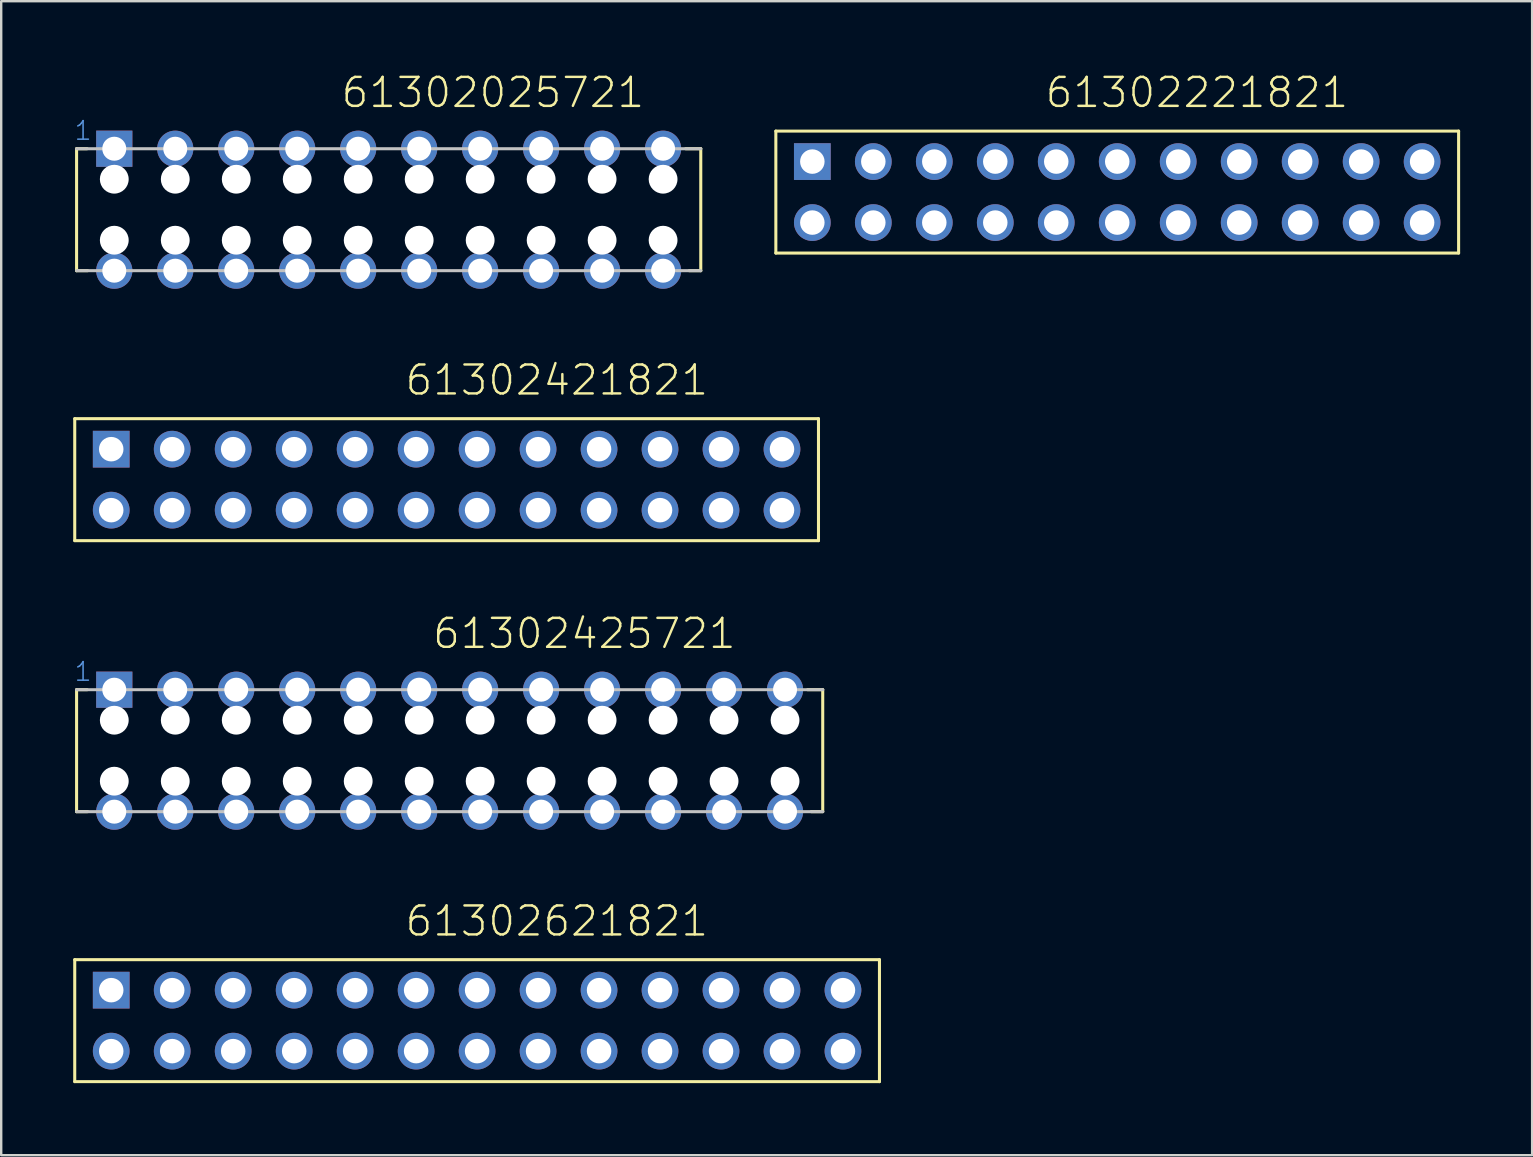
<source format=kicad_pcb>
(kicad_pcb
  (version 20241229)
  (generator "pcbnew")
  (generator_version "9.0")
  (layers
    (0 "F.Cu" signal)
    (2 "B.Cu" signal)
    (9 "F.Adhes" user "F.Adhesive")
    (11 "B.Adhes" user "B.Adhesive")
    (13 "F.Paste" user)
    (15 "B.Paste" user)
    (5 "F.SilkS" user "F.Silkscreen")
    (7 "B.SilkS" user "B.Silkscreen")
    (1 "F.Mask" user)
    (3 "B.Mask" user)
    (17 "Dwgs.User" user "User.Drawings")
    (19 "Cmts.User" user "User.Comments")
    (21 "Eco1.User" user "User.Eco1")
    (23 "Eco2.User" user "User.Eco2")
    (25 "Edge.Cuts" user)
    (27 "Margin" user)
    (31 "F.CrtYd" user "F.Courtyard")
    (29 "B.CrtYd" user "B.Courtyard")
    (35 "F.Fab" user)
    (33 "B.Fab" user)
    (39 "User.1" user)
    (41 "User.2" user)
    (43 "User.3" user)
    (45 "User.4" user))
  (footprint "61302221821"
    (layer "F.Cu")
    (at 43.487 4.951)
    (property "Reference" "61302221821" (at -3.063 -3.44 0) (layer "F.SilkS") (effects (font (size 1.206 1.206) (thickness 0.102)) (justify left bottom)))
    (attr through_hole)
    (fp_line (start -14.22 -2.54) (end -14.22 2.54) (stroke (width 0.127) (type solid)) (layer "F.SilkS"))
    (fp_line (start -14.22 2.54) (end 14.22 2.54) (stroke (width 0.127) (type solid)) (layer "F.SilkS"))
    (fp_line (start 14.22 -2.54) (end -14.22 -2.54) (stroke (width 0.127) (type solid)) (layer "F.SilkS"))
    (fp_line (start 14.22 2.54) (end 14.22 -2.54) (stroke (width 0.127) (type solid)) (layer "F.SilkS"))
    (fp_text user "1" (at -12.93 -1 0) (layer "Cmts.User") (effects (font (size 0.579 0.579) (thickness 0.049)) (justify left bottom)))
    (pad "1" thru_hole rect (at -12.7 -1.27) (size 1.53 1.53) (drill 1.02) (layers "*.Cu" "*.Mask"))
    (pad "2" thru_hole circle (at -10.16 -1.27) (size 1.53 1.53) (drill 1.02) (layers "*.Cu" "*.Mask"))
    (pad "3" thru_hole circle (at -7.62 -1.27) (size 1.53 1.53) (drill 1.02) (layers "*.Cu" "*.Mask"))
    (pad "4" thru_hole circle (at -5.08 -1.27) (size 1.53 1.53) (drill 1.02) (layers "*.Cu" "*.Mask"))
    (pad "5" thru_hole circle (at -2.54 -1.27) (size 1.53 1.53) (drill 1.02) (layers "*.Cu" "*.Mask"))
    (pad "6" thru_hole circle (at 0 -1.27) (size 1.53 1.53) (drill 1.02) (layers "*.Cu" "*.Mask"))
    (pad "7" thru_hole circle (at 2.54 -1.27) (size 1.53 1.53) (drill 1.02) (layers "*.Cu" "*.Mask"))
    (pad "8" thru_hole circle (at 5.08 -1.27) (size 1.53 1.53) (drill 1.02) (layers "*.Cu" "*.Mask"))
    (pad "9" thru_hole circle (at 7.62 -1.27) (size 1.53 1.53) (drill 1.02) (layers "*.Cu" "*.Mask"))
    (pad "10" thru_hole circle (at 10.16 -1.27) (size 1.53 1.53) (drill 1.02) (layers "*.Cu" "*.Mask"))
    (pad "11" thru_hole circle (at 12.7 -1.27) (size 1.53 1.53) (drill 1.02) (layers "*.Cu" "*.Mask"))
    (pad "12" thru_hole circle (at 12.7 1.27) (size 1.53 1.53) (drill 1.02) (layers "*.Cu" "*.Mask"))
    (pad "13" thru_hole circle (at 10.16 1.27) (size 1.53 1.53) (drill 1.02) (layers "*.Cu" "*.Mask"))
    (pad "14" thru_hole circle (at 7.62 1.27) (size 1.53 1.53) (drill 1.02) (layers "*.Cu" "*.Mask"))
    (pad "15" thru_hole circle (at 5.08 1.27) (size 1.53 1.53) (drill 1.02) (layers "*.Cu" "*.Mask"))
    (pad "16" thru_hole circle (at 2.54 1.27) (size 1.53 1.53) (drill 1.02) (layers "*.Cu" "*.Mask"))
    (pad "17" thru_hole circle (at 0 1.27) (size 1.53 1.53) (drill 1.02) (layers "*.Cu" "*.Mask"))
    (pad "18" thru_hole circle (at -2.54 1.27) (size 1.53 1.53) (drill 1.02) (layers "*.Cu" "*.Mask"))
    (pad "19" thru_hole circle (at -5.08 1.27) (size 1.53 1.53) (drill 1.02) (layers "*.Cu" "*.Mask"))
    (pad "20" thru_hole circle (at -7.62 1.27) (size 1.53 1.53) (drill 1.02) (layers "*.Cu" "*.Mask"))
    (pad "21" thru_hole circle (at -10.16 1.27) (size 1.53 1.53) (drill 1.02) (layers "*.Cu" "*.Mask"))
    (pad "22" thru_hole circle (at -12.7 1.27) (size 1.53 1.53) (drill 1.02) (layers "*.Cu" "*.Mask")))
  (footprint "61302421821"
    (layer "F.Cu")
    (at 15.553 16.93)
    (property "Reference" "61302421821" (at -1.793 -3.44 0) (layer "F.SilkS") (effects (font (size 1.206 1.206) (thickness 0.102)) (justify left bottom)))
    (attr through_hole)
    (fp_line (start -15.49 -2.54) (end -15.49 2.54) (stroke (width 0.127) (type solid)) (layer "F.SilkS"))
    (fp_line (start -15.49 2.54) (end 15.49 2.54) (stroke (width 0.127) (type solid)) (layer "F.SilkS"))
    (fp_line (start 15.49 -2.54) (end -15.49 -2.54) (stroke (width 0.127) (type solid)) (layer "F.SilkS"))
    (fp_line (start 15.49 2.54) (end 15.49 -2.54) (stroke (width 0.127) (type solid)) (layer "F.SilkS"))
    (fp_text user "1" (at -14.2 -1 0) (layer "Cmts.User") (effects (font (size 0.579 0.579) (thickness 0.049)) (justify left bottom)))
    (pad "1" thru_hole rect (at -13.97 -1.27) (size 1.53 1.53) (drill 1.02) (layers "*.Cu" "*.Mask"))
    (pad "2" thru_hole circle (at -11.43 -1.27) (size 1.53 1.53) (drill 1.02) (layers "*.Cu" "*.Mask"))
    (pad "3" thru_hole circle (at -8.89 -1.27) (size 1.53 1.53) (drill 1.02) (layers "*.Cu" "*.Mask"))
    (pad "4" thru_hole circle (at -6.35 -1.27) (size 1.53 1.53) (drill 1.02) (layers "*.Cu" "*.Mask"))
    (pad "5" thru_hole circle (at -3.81 -1.27) (size 1.53 1.53) (drill 1.02) (layers "*.Cu" "*.Mask"))
    (pad "6" thru_hole circle (at -1.27 -1.27) (size 1.53 1.53) (drill 1.02) (layers "*.Cu" "*.Mask"))
    (pad "7" thru_hole circle (at 1.27 -1.27) (size 1.53 1.53) (drill 1.02) (layers "*.Cu" "*.Mask"))
    (pad "8" thru_hole circle (at 3.81 -1.27) (size 1.53 1.53) (drill 1.02) (layers "*.Cu" "*.Mask"))
    (pad "9" thru_hole circle (at 6.35 -1.27) (size 1.53 1.53) (drill 1.02) (layers "*.Cu" "*.Mask"))
    (pad "10" thru_hole circle (at 8.89 -1.27) (size 1.53 1.53) (drill 1.02) (layers "*.Cu" "*.Mask"))
    (pad "11" thru_hole circle (at 11.43 -1.27) (size 1.53 1.53) (drill 1.02) (layers "*.Cu" "*.Mask"))
    (pad "12" thru_hole circle (at 13.97 -1.27) (size 1.53 1.53) (drill 1.02) (layers "*.Cu" "*.Mask"))
    (pad "13" thru_hole circle (at 13.97 1.27) (size 1.53 1.53) (drill 1.02) (layers "*.Cu" "*.Mask"))
    (pad "14" thru_hole circle (at 11.43 1.27) (size 1.53 1.53) (drill 1.02) (layers "*.Cu" "*.Mask"))
    (pad "15" thru_hole circle (at 8.89 1.27) (size 1.53 1.53) (drill 1.02) (layers "*.Cu" "*.Mask"))
    (pad "16" thru_hole circle (at 6.35 1.27) (size 1.53 1.53) (drill 1.02) (layers "*.Cu" "*.Mask"))
    (pad "17" thru_hole circle (at 3.81 1.27) (size 1.53 1.53) (drill 1.02) (layers "*.Cu" "*.Mask"))
    (pad "18" thru_hole circle (at 1.27 1.27) (size 1.53 1.53) (drill 1.02) (layers "*.Cu" "*.Mask"))
    (pad "19" thru_hole circle (at -1.27 1.27) (size 1.53 1.53) (drill 1.02) (layers "*.Cu" "*.Mask"))
    (pad "20" thru_hole circle (at -3.81 1.27) (size 1.53 1.53) (drill 1.02) (layers "*.Cu" "*.Mask"))
    (pad "21" thru_hole circle (at -6.35 1.27) (size 1.53 1.53) (drill 1.02) (layers "*.Cu" "*.Mask"))
    (pad "22" thru_hole circle (at -8.89 1.27) (size 1.53 1.53) (drill 1.02) (layers "*.Cu" "*.Mask"))
    (pad "23" thru_hole circle (at -11.43 1.27) (size 1.53 1.53) (drill 1.02) (layers "*.Cu" "*.Mask"))
    (pad "24" thru_hole circle (at -13.97 1.27) (size 1.53 1.53) (drill 1.02) (layers "*.Cu" "*.Mask")))
  (footprint "61302621821"
    (layer "F.Cu")
    (at 16.823 39.464)
    (property "Reference" "61302621821" (at -3.063 -3.44 0) (layer "F.SilkS") (effects (font (size 1.206 1.206) (thickness 0.102)) (justify left bottom)))
    (attr through_hole)
    (fp_line (start -16.76 -2.54) (end -16.76 2.54) (stroke (width 0.127) (type solid)) (layer "F.SilkS"))
    (fp_line (start -16.76 2.54) (end 16.76 2.54) (stroke (width 0.127) (type solid)) (layer "F.SilkS"))
    (fp_line (start 16.76 -2.54) (end -16.76 -2.54) (stroke (width 0.127) (type solid)) (layer "F.SilkS"))
    (fp_line (start 16.76 2.54) (end 16.76 -2.54) (stroke (width 0.127) (type solid)) (layer "F.SilkS"))
    (fp_text user "1" (at -15.47 -1 0) (layer "Cmts.User") (effects (font (size 0.579 0.579) (thickness 0.049)) (justify left bottom)))
    (pad "1" thru_hole rect (at -15.24 -1.27) (size 1.53 1.53) (drill 1.02) (layers "*.Cu" "*.Mask"))
    (pad "2" thru_hole circle (at -12.7 -1.27) (size 1.53 1.53) (drill 1.02) (layers "*.Cu" "*.Mask"))
    (pad "3" thru_hole circle (at -10.16 -1.27) (size 1.53 1.53) (drill 1.02) (layers "*.Cu" "*.Mask"))
    (pad "4" thru_hole circle (at -7.62 -1.27) (size 1.53 1.53) (drill 1.02) (layers "*.Cu" "*.Mask"))
    (pad "5" thru_hole circle (at -5.08 -1.27) (size 1.53 1.53) (drill 1.02) (layers "*.Cu" "*.Mask"))
    (pad "6" thru_hole circle (at -2.54 -1.27) (size 1.53 1.53) (drill 1.02) (layers "*.Cu" "*.Mask"))
    (pad "7" thru_hole circle (at 0 -1.27) (size 1.53 1.53) (drill 1.02) (layers "*.Cu" "*.Mask"))
    (pad "8" thru_hole circle (at 2.54 -1.27) (size 1.53 1.53) (drill 1.02) (layers "*.Cu" "*.Mask"))
    (pad "9" thru_hole circle (at 5.08 -1.27) (size 1.53 1.53) (drill 1.02) (layers "*.Cu" "*.Mask"))
    (pad "10" thru_hole circle (at 7.62 -1.27) (size 1.53 1.53) (drill 1.02) (layers "*.Cu" "*.Mask"))
    (pad "11" thru_hole circle (at 10.16 -1.27) (size 1.53 1.53) (drill 1.02) (layers "*.Cu" "*.Mask"))
    (pad "12" thru_hole circle (at 12.7 -1.27) (size 1.53 1.53) (drill 1.02) (layers "*.Cu" "*.Mask"))
    (pad "13" thru_hole circle (at 15.24 -1.27) (size 1.53 1.53) (drill 1.02) (layers "*.Cu" "*.Mask"))
    (pad "14" thru_hole circle (at 15.24 1.27) (size 1.53 1.53) (drill 1.02) (layers "*.Cu" "*.Mask"))
    (pad "15" thru_hole circle (at 12.7 1.27) (size 1.53 1.53) (drill 1.02) (layers "*.Cu" "*.Mask"))
    (pad "16" thru_hole circle (at 10.16 1.27) (size 1.53 1.53) (drill 1.02) (layers "*.Cu" "*.Mask"))
    (pad "17" thru_hole circle (at 7.62 1.27) (size 1.53 1.53) (drill 1.02) (layers "*.Cu" "*.Mask"))
    (pad "18" thru_hole circle (at 5.08 1.27) (size 1.53 1.53) (drill 1.02) (layers "*.Cu" "*.Mask"))
    (pad "19" thru_hole circle (at 2.54 1.27) (size 1.53 1.53) (drill 1.02) (layers "*.Cu" "*.Mask"))
    (pad "20" thru_hole circle (at 0 1.27) (size 1.53 1.53) (drill 1.02) (layers "*.Cu" "*.Mask"))
    (pad "21" thru_hole circle (at -2.54 1.27) (size 1.53 1.53) (drill 1.02) (layers "*.Cu" "*.Mask"))
    (pad "22" thru_hole circle (at -5.08 1.27) (size 1.53 1.53) (drill 1.02) (layers "*.Cu" "*.Mask"))
    (pad "23" thru_hole circle (at -7.62 1.27) (size 1.53 1.53) (drill 1.02) (layers "*.Cu" "*.Mask"))
    (pad "24" thru_hole circle (at -10.16 1.27) (size 1.53 1.53) (drill 1.02) (layers "*.Cu" "*.Mask"))
    (pad "25" thru_hole circle (at -12.7 1.27) (size 1.53 1.53) (drill 1.02) (layers "*.Cu" "*.Mask"))
    (pad "26" thru_hole circle (at -15.24 1.27) (size 1.53 1.53) (drill 1.02) (layers "*.Cu" "*.Mask")))
  (footprint "61302425721"
    (layer "F.Cu")
    (at 18.22 28.219)
    (property "Reference" "61302425721" (at -3.313 -4.174 0) (layer "F.SilkS") (effects (font (size 1.206 1.206) (thickness 0.102)) (justify left bottom)))
    (attr through_hole)
    (fp_line (start -18.08 2.54) (end -18.08 -2.54) (stroke (width 0.127) (type solid)) (layer "F.SilkS"))
    (fp_line (start -17.64 -2.54) (end -18.08 -2.54) (stroke (width 0.127) (type solid)) (layer "F.SilkS"))
    (fp_line (start -17.62 2.54) (end -18.08 2.54) (stroke (width 0.127) (type solid)) (layer "F.SilkS"))
    (fp_line (start 12.37 -2.54) (end 13 -2.54) (stroke (width 0.127) (type solid)) (layer "F.SilkS"))
    (fp_line (start 12.52 2.54) (end 13 2.54) (stroke (width 0.127) (type solid)) (layer "F.SilkS"))
    (fp_line (start 13 -2.54) (end 13 2.54) (stroke (width 0.127) (type solid)) (layer "F.SilkS"))
    (fp_line (start -18.08 -2.54) (end 13 -2.54) (stroke (width 0.127) (type solid)) (layer "Dwgs.User"))
    (fp_line (start 13 2.54) (end -18.08 2.54) (stroke (width 0.127) (type solid)) (layer "Dwgs.User"))
    (fp_text user "1" (at -18.22 -2.84 0) (layer "Cmts.User") (effects (font (size 0.772 0.772) (thickness 0.065)) (justify left bottom)))
    (pad "" np_thru_hole circle (at -16.51 -1.27) (size 1.2 1.2) (drill 1.2) (layers "*.Cu"))
    (pad "" np_thru_hole circle (at -16.51 1.27) (size 1.2 1.2) (drill 1.2) (layers "*.Cu"))
    (pad "" np_thru_hole circle (at -13.97 -1.27) (size 1.2 1.2) (drill 1.2) (layers "*.Cu"))
    (pad "" np_thru_hole circle (at -13.97 1.27) (size 1.2 1.2) (drill 1.2) (layers "*.Cu"))
    (pad "" np_thru_hole circle (at -11.43 -1.27) (size 1.2 1.2) (drill 1.2) (layers "*.Cu"))
    (pad "" np_thru_hole circle (at -11.43 1.27) (size 1.2 1.2) (drill 1.2) (layers "*.Cu"))
    (pad "" np_thru_hole circle (at -8.89 -1.27) (size 1.2 1.2) (drill 1.2) (layers "*.Cu"))
    (pad "" np_thru_hole circle (at -8.89 1.27) (size 1.2 1.2) (drill 1.2) (layers "*.Cu"))
    (pad "" np_thru_hole circle (at -6.35 -1.27) (size 1.2 1.2) (drill 1.2) (layers "*.Cu"))
    (pad "" np_thru_hole circle (at -6.35 1.27) (size 1.2 1.2) (drill 1.2) (layers "*.Cu"))
    (pad "" np_thru_hole circle (at -3.81 -1.27) (size 1.2 1.2) (drill 1.2) (layers "*.Cu"))
    (pad "" np_thru_hole circle (at -3.81 1.27) (size 1.2 1.2) (drill 1.2) (layers "*.Cu"))
    (pad "" np_thru_hole circle (at -1.27 -1.27) (size 1.2 1.2) (drill 1.2) (layers "*.Cu"))
    (pad "" np_thru_hole circle (at -1.27 1.27) (size 1.2 1.2) (drill 1.2) (layers "*.Cu"))
    (pad "" np_thru_hole circle (at 1.27 -1.27) (size 1.2 1.2) (drill 1.2) (layers "*.Cu"))
    (pad "" np_thru_hole circle (at 1.27 1.27) (size 1.2 1.2) (drill 1.2) (layers "*.Cu"))
    (pad "" np_thru_hole circle (at 3.81 -1.27) (size 1.2 1.2) (drill 1.2) (layers "*.Cu"))
    (pad "" np_thru_hole circle (at 3.81 1.27) (size 1.2 1.2) (drill 1.2) (layers "*.Cu"))
    (pad "" np_thru_hole circle (at 6.35 -1.27) (size 1.2 1.2) (drill 1.2) (layers "*.Cu"))
    (pad "" np_thru_hole circle (at 6.35 1.27) (size 1.2 1.2) (drill 1.2) (layers "*.Cu"))
    (pad "" np_thru_hole circle (at 8.89 -1.27) (size 1.2 1.2) (drill 1.2) (layers "*.Cu"))
    (pad "" np_thru_hole circle (at 8.89 1.27) (size 1.2 1.2) (drill 1.2) (layers "*.Cu"))
    (pad "" np_thru_hole circle (at 11.43 -1.27) (size 1.2 1.2) (drill 1.2) (layers "*.Cu"))
    (pad "" np_thru_hole circle (at 11.43 1.27) (size 1.2 1.2) (drill 1.2) (layers "*.Cu"))
    (pad "1" thru_hole rect (at -16.51 -2.54) (size 1.508 1.508) (drill 1) (layers "*.Cu" "*.Mask"))
    (pad "2" thru_hole circle (at -13.97 -2.54) (size 1.508 1.508) (drill 1) (layers "*.Cu" "*.Mask"))
    (pad "3" thru_hole circle (at -11.43 -2.54) (size 1.508 1.508) (drill 1) (layers "*.Cu" "*.Mask"))
    (pad "4" thru_hole circle (at -8.89 -2.54) (size 1.508 1.508) (drill 1) (layers "*.Cu" "*.Mask"))
    (pad "5" thru_hole circle (at -6.35 -2.54) (size 1.508 1.508) (drill 1) (layers "*.Cu" "*.Mask"))
    (pad "6" thru_hole circle (at -3.81 -2.54) (size 1.508 1.508) (drill 1) (layers "*.Cu" "*.Mask"))
    (pad "7" thru_hole circle (at -1.27 -2.54) (size 1.508 1.508) (drill 1) (layers "*.Cu" "*.Mask"))
    (pad "8" thru_hole circle (at 1.27 -2.54) (size 1.508 1.508) (drill 1) (layers "*.Cu" "*.Mask"))
    (pad "9" thru_hole circle (at 3.81 -2.54) (size 1.508 1.508) (drill 1) (layers "*.Cu" "*.Mask"))
    (pad "10" thru_hole circle (at 6.35 -2.54) (size 1.508 1.508) (drill 1) (layers "*.Cu" "*.Mask"))
    (pad "11" thru_hole circle (at 8.89 -2.54) (size 1.508 1.508) (drill 1) (layers "*.Cu" "*.Mask"))
    (pad "12" thru_hole circle (at 11.43 -2.54) (size 1.508 1.508) (drill 1) (layers "*.Cu" "*.Mask"))
    (pad "13" thru_hole circle (at 11.43 2.54) (size 1.508 1.508) (drill 1) (layers "*.Cu" "*.Mask"))
    (pad "14" thru_hole circle (at 8.89 2.54) (size 1.508 1.508) (drill 1) (layers "*.Cu" "*.Mask"))
    (pad "15" thru_hole circle (at 6.35 2.54) (size 1.508 1.508) (drill 1) (layers "*.Cu" "*.Mask"))
    (pad "16" thru_hole circle (at 3.81 2.54) (size 1.508 1.508) (drill 1) (layers "*.Cu" "*.Mask"))
    (pad "17" thru_hole circle (at 1.27 2.54) (size 1.508 1.508) (drill 1) (layers "*.Cu" "*.Mask"))
    (pad "18" thru_hole circle (at -1.27 2.54) (size 1.508 1.508) (drill 1) (layers "*.Cu" "*.Mask"))
    (pad "19" thru_hole circle (at -3.81 2.54) (size 1.508 1.508) (drill 1) (layers "*.Cu" "*.Mask"))
    (pad "20" thru_hole circle (at -6.35 2.54) (size 1.508 1.508) (drill 1) (layers "*.Cu" "*.Mask"))
    (pad "21" thru_hole circle (at -8.89 2.54) (size 1.508 1.508) (drill 1) (layers "*.Cu" "*.Mask"))
    (pad "22" thru_hole circle (at -11.43 2.54) (size 1.508 1.508) (drill 1) (layers "*.Cu" "*.Mask"))
    (pad "23" thru_hole circle (at -13.97 2.54) (size 1.508 1.508) (drill 1) (layers "*.Cu" "*.Mask"))
    (pad "24" thru_hole circle (at -16.51 2.54) (size 1.508 1.508) (drill 1) (layers "*.Cu" "*.Mask")))
  (footprint "61302025721"
    (layer "F.Cu")
    (at 13.14 5.685)
    (property "Reference" "61302025721" (at -2.043 -4.174 0) (layer "F.SilkS") (effects (font (size 1.206 1.206) (thickness 0.102)) (justify left bottom)))
    (attr through_hole)
    (fp_line (start -13 2.54) (end -13 -2.54) (stroke (width 0.127) (type solid)) (layer "F.SilkS"))
    (fp_line (start -12.56 -2.54) (end -13 -2.54) (stroke (width 0.127) (type solid)) (layer "F.SilkS"))
    (fp_line (start -12.54 2.54) (end -13 2.54) (stroke (width 0.127) (type solid)) (layer "F.SilkS"))
    (fp_line (start 12.37 -2.54) (end 13 -2.54) (stroke (width 0.127) (type solid)) (layer "F.SilkS"))
    (fp_line (start 12.52 2.54) (end 13 2.54) (stroke (width 0.127) (type solid)) (layer "F.SilkS"))
    (fp_line (start 13 -2.54) (end 13 2.54) (stroke (width 0.127) (type solid)) (layer "F.SilkS"))
    (fp_line (start -13 -2.54) (end 13 -2.54) (stroke (width 0.127) (type solid)) (layer "Dwgs.User"))
    (fp_line (start 13 2.54) (end -13 2.54) (stroke (width 0.127) (type solid)) (layer "Dwgs.User"))
    (fp_text user "1" (at -13.14 -2.84 0) (layer "Cmts.User") (effects (font (size 0.772 0.772) (thickness 0.065)) (justify left bottom)))
    (pad "" np_thru_hole circle (at -11.43 -1.27) (size 1.2 1.2) (drill 1.2) (layers "*.Cu"))
    (pad "" np_thru_hole circle (at -11.43 1.27) (size 1.2 1.2) (drill 1.2) (layers "*.Cu"))
    (pad "" np_thru_hole circle (at -8.89 -1.27) (size 1.2 1.2) (drill 1.2) (layers "*.Cu"))
    (pad "" np_thru_hole circle (at -8.89 1.27) (size 1.2 1.2) (drill 1.2) (layers "*.Cu"))
    (pad "" np_thru_hole circle (at -6.35 -1.27) (size 1.2 1.2) (drill 1.2) (layers "*.Cu"))
    (pad "" np_thru_hole circle (at -6.35 1.27) (size 1.2 1.2) (drill 1.2) (layers "*.Cu"))
    (pad "" np_thru_hole circle (at -3.81 -1.27) (size 1.2 1.2) (drill 1.2) (layers "*.Cu"))
    (pad "" np_thru_hole circle (at -3.81 1.27) (size 1.2 1.2) (drill 1.2) (layers "*.Cu"))
    (pad "" np_thru_hole circle (at -1.27 -1.27) (size 1.2 1.2) (drill 1.2) (layers "*.Cu"))
    (pad "" np_thru_hole circle (at -1.27 1.27) (size 1.2 1.2) (drill 1.2) (layers "*.Cu"))
    (pad "" np_thru_hole circle (at 1.27 -1.27) (size 1.2 1.2) (drill 1.2) (layers "*.Cu"))
    (pad "" np_thru_hole circle (at 1.27 1.27) (size 1.2 1.2) (drill 1.2) (layers "*.Cu"))
    (pad "" np_thru_hole circle (at 3.81 -1.27) (size 1.2 1.2) (drill 1.2) (layers "*.Cu"))
    (pad "" np_thru_hole circle (at 3.81 1.27) (size 1.2 1.2) (drill 1.2) (layers "*.Cu"))
    (pad "" np_thru_hole circle (at 6.35 -1.27) (size 1.2 1.2) (drill 1.2) (layers "*.Cu"))
    (pad "" np_thru_hole circle (at 6.35 1.27) (size 1.2 1.2) (drill 1.2) (layers "*.Cu"))
    (pad "" np_thru_hole circle (at 8.89 -1.27) (size 1.2 1.2) (drill 1.2) (layers "*.Cu"))
    (pad "" np_thru_hole circle (at 8.89 1.27) (size 1.2 1.2) (drill 1.2) (layers "*.Cu"))
    (pad "" np_thru_hole circle (at 11.43 -1.27) (size 1.2 1.2) (drill 1.2) (layers "*.Cu"))
    (pad "" np_thru_hole circle (at 11.43 1.27) (size 1.2 1.2) (drill 1.2) (layers "*.Cu"))
    (pad "1" thru_hole rect (at -11.43 -2.54) (size 1.508 1.508) (drill 1) (layers "*.Cu" "*.Mask"))
    (pad "2" thru_hole circle (at -8.89 -2.54) (size 1.508 1.508) (drill 1) (layers "*.Cu" "*.Mask"))
    (pad "3" thru_hole circle (at -6.35 -2.54) (size 1.508 1.508) (drill 1) (layers "*.Cu" "*.Mask"))
    (pad "4" thru_hole circle (at -3.81 -2.54) (size 1.508 1.508) (drill 1) (layers "*.Cu" "*.Mask"))
    (pad "5" thru_hole circle (at -1.27 -2.54) (size 1.508 1.508) (drill 1) (layers "*.Cu" "*.Mask"))
    (pad "6" thru_hole circle (at 1.27 -2.54) (size 1.508 1.508) (drill 1) (layers "*.Cu" "*.Mask"))
    (pad "7" thru_hole circle (at 3.81 -2.54) (size 1.508 1.508) (drill 1) (layers "*.Cu" "*.Mask"))
    (pad "8" thru_hole circle (at 6.35 -2.54) (size 1.508 1.508) (drill 1) (layers "*.Cu" "*.Mask"))
    (pad "9" thru_hole circle (at 8.89 -2.54) (size 1.508 1.508) (drill 1) (layers "*.Cu" "*.Mask"))
    (pad "10" thru_hole circle (at 11.43 -2.54) (size 1.508 1.508) (drill 1) (layers "*.Cu" "*.Mask"))
    (pad "11" thru_hole circle (at 11.43 2.54) (size 1.508 1.508) (drill 1) (layers "*.Cu" "*.Mask"))
    (pad "12" thru_hole circle (at 8.89 2.54) (size 1.508 1.508) (drill 1) (layers "*.Cu" "*.Mask"))
    (pad "13" thru_hole circle (at 6.35 2.54) (size 1.508 1.508) (drill 1) (layers "*.Cu" "*.Mask"))
    (pad "14" thru_hole circle (at 3.81 2.54) (size 1.508 1.508) (drill 1) (layers "*.Cu" "*.Mask"))
    (pad "15" thru_hole circle (at 1.27 2.54) (size 1.508 1.508) (drill 1) (layers "*.Cu" "*.Mask"))
    (pad "16" thru_hole circle (at -1.27 2.54) (size 1.508 1.508) (drill 1) (layers "*.Cu" "*.Mask"))
    (pad "17" thru_hole circle (at -3.81 2.54) (size 1.508 1.508) (drill 1) (layers "*.Cu" "*.Mask"))
    (pad "18" thru_hole circle (at -6.35 2.54) (size 1.508 1.508) (drill 1) (layers "*.Cu" "*.Mask"))
    (pad "19" thru_hole circle (at -8.89 2.54) (size 1.508 1.508) (drill 1) (layers "*.Cu" "*.Mask"))
    (pad "20" thru_hole circle (at -11.43 2.54) (size 1.508 1.508) (drill 1) (layers "*.Cu" "*.Mask")))
  (gr_rect
    (start -3 -3)
    (end 60.77 45.068)
    (stroke (width 0.1) (type default))
    (fill no)
    (layer "Edge.Cuts")))
</source>
